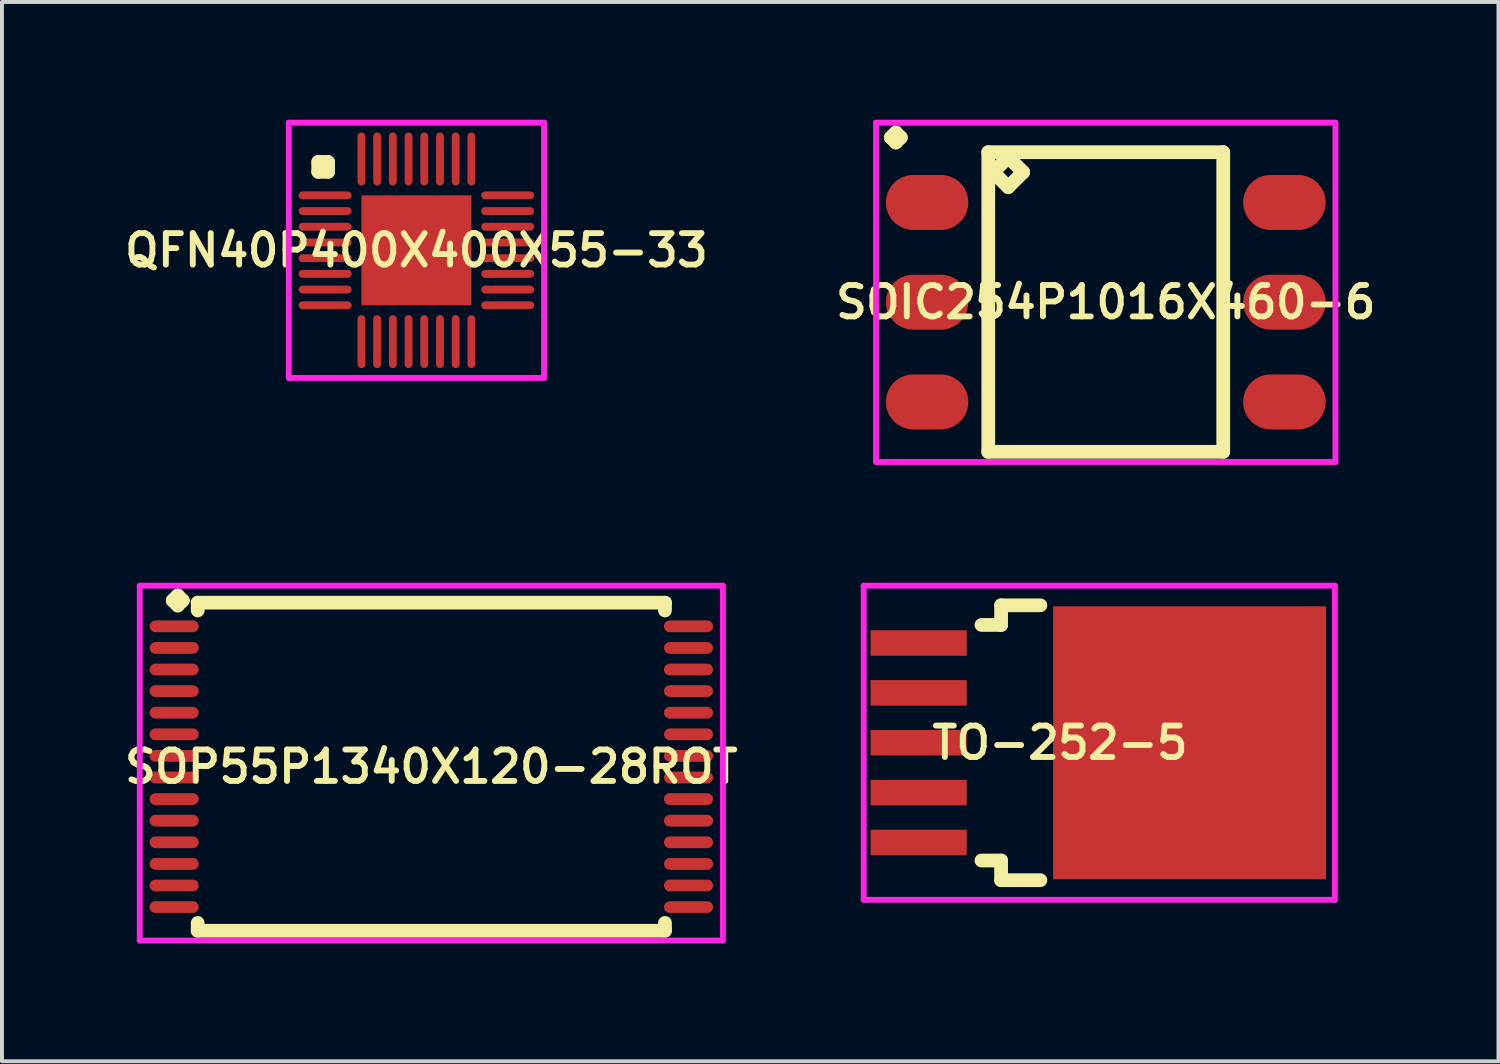
<source format=kicad_pcb>
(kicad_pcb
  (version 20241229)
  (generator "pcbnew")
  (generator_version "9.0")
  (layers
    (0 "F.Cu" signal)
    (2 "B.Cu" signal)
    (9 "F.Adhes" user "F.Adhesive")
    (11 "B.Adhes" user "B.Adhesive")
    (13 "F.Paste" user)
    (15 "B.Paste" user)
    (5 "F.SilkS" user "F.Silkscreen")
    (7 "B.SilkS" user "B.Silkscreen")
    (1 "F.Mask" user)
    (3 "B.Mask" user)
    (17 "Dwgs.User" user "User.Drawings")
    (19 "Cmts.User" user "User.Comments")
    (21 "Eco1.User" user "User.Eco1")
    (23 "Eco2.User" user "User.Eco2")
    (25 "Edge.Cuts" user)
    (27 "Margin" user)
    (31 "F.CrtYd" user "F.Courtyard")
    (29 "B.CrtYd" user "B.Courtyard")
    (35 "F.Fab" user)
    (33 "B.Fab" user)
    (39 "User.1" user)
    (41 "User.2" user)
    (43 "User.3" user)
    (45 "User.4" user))
  (footprint "SOP55P1340X120-28ROT"
    (layer "F.Cu")
    (at 7.935 16.476)
    (property "Reference" "SOP55P1340X120-28ROT" (at 0 0 0) (layer "F.SilkS") (effects (font (size 0.8 0.8) (thickness 0.15))))
    (attr smd)
    (fp_line (start -6.585 -4.233) (end -6.458 -4.36) (stroke (width 0.35) (type solid)) (layer "F.SilkS"))
    (fp_line (start -6.458 -4.36) (end -6.331 -4.233) (stroke (width 0.35) (type solid)) (layer "F.SilkS"))
    (fp_line (start -6.458 -4.106) (end -6.585 -4.233) (stroke (width 0.35) (type solid)) (layer "F.SilkS"))
    (fp_line (start -6.331 -4.233) (end -6.458 -4.106) (stroke (width 0.35) (type solid)) (layer "F.SilkS"))
    (fp_line (start -5.95 -4.177) (end 5.95 -4.177) (stroke (width 0.35) (type solid)) (layer "F.SilkS"))
    (fp_line (start -5.95 -3.979) (end -5.95 -4.177) (stroke (width 0.35) (type solid)) (layer "F.SilkS"))
    (fp_line (start -5.95 3.979) (end -5.95 4.177) (stroke (width 0.35) (type solid)) (layer "F.SilkS"))
    (fp_line (start -5.95 4.177) (end 5.95 4.177) (stroke (width 0.35) (type solid)) (layer "F.SilkS"))
    (fp_line (start 5.95 -4.177) (end 5.95 -3.979) (stroke (width 0.35) (type solid)) (layer "F.SilkS"))
    (fp_line (start 5.95 4.177) (end 5.95 3.979) (stroke (width 0.35) (type solid)) (layer "F.SilkS"))
    (fp_line (start -7.425 -4.61) (end 7.425 -4.61) (stroke (width 0.15) (type solid)) (layer "F.CrtYd"))
    (fp_line (start -7.425 4.427) (end -7.425 -4.61) (stroke (width 0.15) (type solid)) (layer "F.CrtYd"))
    (fp_line (start 7.425 -4.61) (end 7.425 4.427) (stroke (width 0.15) (type solid)) (layer "F.CrtYd"))
    (fp_line (start 7.425 4.427) (end -7.425 4.427) (stroke (width 0.15) (type solid)) (layer "F.CrtYd"))
    (pad "1" smd oval (at -6.55 0.275) (size 1.25 0.3) (layers "F.Cu" "F.Mask" "F.Paste"))
    (pad "2" smd oval (at -6.55 0.825) (size 1.25 0.3) (layers "F.Cu" "F.Mask" "F.Paste"))
    (pad "3" smd oval (at -6.55 1.375) (size 1.25 0.3) (layers "F.Cu" "F.Mask" "F.Paste"))
    (pad "4" smd oval (at -6.55 1.925) (size 1.25 0.3) (layers "F.Cu" "F.Mask" "F.Paste"))
    (pad "5" smd oval (at -6.55 2.475) (size 1.25 0.3) (layers "F.Cu" "F.Mask" "F.Paste"))
    (pad "6" smd oval (at -6.55 3.025) (size 1.25 0.3) (layers "F.Cu" "F.Mask" "F.Paste"))
    (pad "7" smd oval (at -6.55 3.575) (size 1.25 0.3) (layers "F.Cu" "F.Mask" "F.Paste"))
    (pad "8" smd oval (at 6.55 3.575) (size 1.25 0.3) (layers "F.Cu" "F.Mask" "F.Paste"))
    (pad "9" smd oval (at 6.55 3.025) (size 1.25 0.3) (layers "F.Cu" "F.Mask" "F.Paste"))
    (pad "10" smd oval (at 6.55 2.475) (size 1.25 0.3) (layers "F.Cu" "F.Mask" "F.Paste"))
    (pad "11" smd oval (at 6.55 1.925) (size 1.25 0.3) (layers "F.Cu" "F.Mask" "F.Paste"))
    (pad "12" smd oval (at 6.55 1.375) (size 1.25 0.3) (layers "F.Cu" "F.Mask" "F.Paste"))
    (pad "13" smd oval (at 6.55 0.825) (size 1.25 0.3) (layers "F.Cu" "F.Mask" "F.Paste"))
    (pad "14" smd oval (at 6.55 0.275) (size 1.25 0.3) (layers "F.Cu" "F.Mask" "F.Paste"))
    (pad "15" smd oval (at 6.55 -0.275) (size 1.25 0.3) (layers "F.Cu" "F.Mask" "F.Paste"))
    (pad "16" smd oval (at 6.55 -0.825) (size 1.25 0.3) (layers "F.Cu" "F.Mask" "F.Paste"))
    (pad "17" smd oval (at 6.55 -1.375) (size 1.25 0.3) (layers "F.Cu" "F.Mask" "F.Paste"))
    (pad "18" smd oval (at 6.55 -1.925) (size 1.25 0.3) (layers "F.Cu" "F.Mask" "F.Paste"))
    (pad "19" smd oval (at 6.55 -2.475) (size 1.25 0.3) (layers "F.Cu" "F.Mask" "F.Paste"))
    (pad "20" smd oval (at 6.55 -3.025) (size 1.25 0.3) (layers "F.Cu" "F.Mask" "F.Paste"))
    (pad "21" smd oval (at 6.55 -3.575) (size 1.25 0.3) (layers "F.Cu" "F.Mask" "F.Paste"))
    (pad "22" smd oval (at -6.55 -3.575) (size 1.25 0.3) (layers "F.Cu" "F.Mask" "F.Paste"))
    (pad "23" smd oval (at -6.55 -3.025) (size 1.25 0.3) (layers "F.Cu" "F.Mask" "F.Paste"))
    (pad "24" smd oval (at -6.55 -2.475) (size 1.25 0.3) (layers "F.Cu" "F.Mask" "F.Paste"))
    (pad "25" smd oval (at -6.55 -1.925) (size 1.25 0.3) (layers "F.Cu" "F.Mask" "F.Paste"))
    (pad "26" smd oval (at -6.55 -1.375) (size 1.25 0.3) (layers "F.Cu" "F.Mask" "F.Paste"))
    (pad "27" smd oval (at -6.55 -0.825) (size 1.25 0.3) (layers "F.Cu" "F.Mask" "F.Paste"))
    (pad "28" smd oval (at -6.55 -0.275) (size 1.25 0.3) (layers "F.Cu" "F.Mask" "F.Paste")))
  (footprint "TO-252-5"
    (layer "F.Cu")
    (at 23.946 15.866)
    (property "Reference" "TO-252-5" (at 0 0 0) (layer "F.SilkS") (effects (font (size 0.8 0.8) (thickness 0.15))))
    (attr smd)
    (fp_line (start -1.5 -3.5) (end -1.5 -3) (stroke (width 0.35) (type solid)) (layer "F.SilkS"))
    (fp_line (start -1.5 -3) (end -2 -3) (stroke (width 0.35) (type solid)) (layer "F.SilkS"))
    (fp_line (start -1.5 3) (end -2 3) (stroke (width 0.35) (type solid)) (layer "F.SilkS"))
    (fp_line (start -1.5 3.5) (end -1.5 3) (stroke (width 0.35) (type solid)) (layer "F.SilkS"))
    (fp_line (start -0.5 -3.5) (end -1.5 -3.5) (stroke (width 0.35) (type solid)) (layer "F.SilkS"))
    (fp_line (start -0.5 3.5) (end -1.5 3.5) (stroke (width 0.35) (type solid)) (layer "F.SilkS"))
    (fp_line (start -5 -4) (end 7 -4) (stroke (width 0.15) (type solid)) (layer "F.CrtYd"))
    (fp_line (start -5 4) (end -5 -4) (stroke (width 0.15) (type solid)) (layer "F.CrtYd"))
    (fp_line (start 7 -4) (end 7 4) (stroke (width 0.15) (type solid)) (layer "F.CrtYd"))
    (fp_line (start 7 4) (end -5 4) (stroke (width 0.15) (type solid)) (layer "F.CrtYd"))
    (pad "" smd rect (at 1.5 -2 180) (size 2.3 2.3) (layers "F.Paste"))
    (pad "" smd rect (at 1.5 2 180) (size 2.3 2.3) (layers "F.Paste"))
    (pad "" smd rect (at 4.5 -2 180) (size 2.3 2.3) (layers "F.Paste"))
    (pad "" smd rect (at 4.5 2 180) (size 2.3 2.3) (layers "F.Paste"))
    (pad "1" smd rect (at -3.6 -2.54 180) (size 2.45 0.65) (layers "F.Cu" "F.Mask" "F.Paste"))
    (pad "2" smd rect (at -3.6 -1.27 180) (size 2.45 0.65) (layers "F.Cu" "F.Mask" "F.Paste"))
    (pad "3" smd rect (at -3.6 0 180) (size 2.45 0.65) (layers "F.Cu" "F.Mask" "F.Paste"))
    (pad "4" smd rect (at -3.6 1.27 180) (size 2.45 0.65) (layers "F.Cu" "F.Mask" "F.Paste"))
    (pad "5" smd rect (at -3.6 2.54 180) (size 2.45 0.65) (layers "F.Cu" "F.Mask" "F.Paste"))
    (pad "6" smd rect (at 3.3 0 180) (size 6.95 6.95) (layers "F.Cu" "F.Mask")))
  (footprint "SOIC254P1016X460-6"
    (layer "F.Cu")
    (at 25.111 4.646)
    (property "Reference" "SOIC254P1016X460-6" (at 0 0 0) (layer "F.SilkS") (effects (font (size 0.8 0.8) (thickness 0.15))))
    (attr smd)
    (fp_line (start -5.473 -4.194) (end -5.346 -4.321) (stroke (width 0.35) (type solid)) (layer "F.SilkS"))
    (fp_line (start -5.346 -4.321) (end -5.219 -4.194) (stroke (width 0.35) (type solid)) (layer "F.SilkS"))
    (fp_line (start -5.346 -4.067) (end -5.473 -4.194) (stroke (width 0.35) (type solid)) (layer "F.SilkS"))
    (fp_line (start -5.219 -4.194) (end -5.346 -4.067) (stroke (width 0.35) (type solid)) (layer "F.SilkS"))
    (fp_line (start -2.992 -3.82) (end -2.992 3.81) (stroke (width 0.35) (type solid)) (layer "F.SilkS"))
    (fp_line (start -2.992 3.81) (end 2.992 3.81) (stroke (width 0.35) (type solid)) (layer "F.SilkS"))
    (fp_line (start -2.865 -3.312) (end -2.484 -3.693) (stroke (width 0.35) (type solid)) (layer "F.SilkS"))
    (fp_line (start -2.484 -3.693) (end -2.103 -3.312) (stroke (width 0.35) (type solid)) (layer "F.SilkS"))
    (fp_line (start -2.484 -2.931) (end -2.865 -3.312) (stroke (width 0.35) (type solid)) (layer "F.SilkS"))
    (fp_line (start -2.103 -3.312) (end -2.484 -2.931) (stroke (width 0.35) (type solid)) (layer "F.SilkS"))
    (fp_line (start 2.992 -3.82) (end -2.992 -3.82) (stroke (width 0.35) (type solid)) (layer "F.SilkS"))
    (fp_line (start 2.992 3.81) (end 2.992 -3.82) (stroke (width 0.35) (type solid)) (layer "F.SilkS"))
    (fp_line (start -5.85 -4.571) (end 5.85 -4.571) (stroke (width 0.15) (type solid)) (layer "F.CrtYd"))
    (fp_line (start -5.85 4.07) (end -5.85 -4.571) (stroke (width 0.15) (type solid)) (layer "F.CrtYd"))
    (fp_line (start 5.85 -4.571) (end 5.85 4.07) (stroke (width 0.15) (type solid)) (layer "F.CrtYd"))
    (fp_line (start 5.85 4.07) (end -5.85 4.07) (stroke (width 0.15) (type solid)) (layer "F.CrtYd"))
    (pad "1" smd oval (at -4.55 -2.54) (size 2.1 1.4) (layers "F.Cu" "F.Mask" "F.Paste"))
    (pad "2" smd oval (at -4.55 0) (size 2.1 1.4) (layers "F.Cu" "F.Mask" "F.Paste"))
    (pad "3" smd oval (at -4.55 2.54) (size 2.1 1.4) (layers "F.Cu" "F.Mask" "F.Paste"))
    (pad "4" smd oval (at 4.55 2.54) (size 2.1 1.4) (layers "F.Cu" "F.Mask" "F.Paste"))
    (pad "5" smd oval (at 4.55 0) (size 2.1 1.4) (layers "F.Cu" "F.Mask" "F.Paste"))
    (pad "6" smd oval (at 4.55 -2.54) (size 2.1 1.4) (layers "F.Cu" "F.Mask" "F.Paste")))
  (footprint "QFN40P400X400X55-33"
    (layer "F.Cu")
    (at 7.555 3.325)
    (property "Reference" "QFN40P400X400X55-33" (at 0 0 0) (layer "F.SilkS") (effects (font (size 0.8 0.8) (thickness 0.15))))
    (attr smd)
    (fp_line (start -2.5 -2.25) (end -2.5 -2) (stroke (width 0.35) (type solid)) (layer "F.SilkS"))
    (fp_line (start -2.5 -2) (end -2.25 -2) (stroke (width 0.35) (type solid)) (layer "F.SilkS"))
    (fp_line (start -2.25 -2.25) (end -2.5 -2.25) (stroke (width 0.35) (type solid)) (layer "F.SilkS"))
    (fp_line (start -2.25 -2) (end -2.25 -2.25) (stroke (width 0.35) (type solid)) (layer "F.SilkS"))
    (fp_line (start -3.25 -3.25) (end 3.25 -3.25) (stroke (width 0.15) (type solid)) (layer "F.CrtYd"))
    (fp_line (start -3.25 3.25) (end -3.25 -3.25) (stroke (width 0.15) (type solid)) (layer "F.CrtYd"))
    (fp_line (start 3.25 -3.25) (end 3.25 3.25) (stroke (width 0.15) (type solid)) (layer "F.CrtYd"))
    (fp_line (start 3.25 3.25) (end -3.25 3.25) (stroke (width 0.15) (type solid)) (layer "F.CrtYd"))
    (pad "1" smd oval (at -2.325 -1.4) (size 1.35 0.2) (layers "F.Cu" "F.Mask" "F.Paste"))
    (pad "2" smd oval (at -2.325 -1) (size 1.35 0.2) (layers "F.Cu" "F.Mask" "F.Paste"))
    (pad "3" smd oval (at -2.325 -0.6) (size 1.35 0.2) (layers "F.Cu" "F.Mask" "F.Paste"))
    (pad "4" smd oval (at -2.325 -0.2) (size 1.35 0.2) (layers "F.Cu" "F.Mask" "F.Paste"))
    (pad "5" smd oval (at -2.325 0.2) (size 1.35 0.2) (layers "F.Cu" "F.Mask" "F.Paste"))
    (pad "6" smd oval (at -2.325 0.6) (size 1.35 0.2) (layers "F.Cu" "F.Mask" "F.Paste"))
    (pad "7" smd oval (at -2.325 1) (size 1.35 0.2) (layers "F.Cu" "F.Mask" "F.Paste"))
    (pad "8" smd oval (at -2.325 1.4) (size 1.35 0.2) (layers "F.Cu" "F.Mask" "F.Paste"))
    (pad "9" smd oval (at -1.4 2.325) (size 0.2 1.35) (layers "F.Cu" "F.Mask" "F.Paste"))
    (pad "10" smd oval (at -1 2.325) (size 0.2 1.35) (layers "F.Cu" "F.Mask" "F.Paste"))
    (pad "11" smd oval (at -0.6 2.325) (size 0.2 1.35) (layers "F.Cu" "F.Mask" "F.Paste"))
    (pad "12" smd oval (at -0.2 2.325) (size 0.2 1.35) (layers "F.Cu" "F.Mask" "F.Paste"))
    (pad "13" smd oval (at 0.2 2.325) (size 0.2 1.35) (layers "F.Cu" "F.Mask" "F.Paste"))
    (pad "14" smd oval (at 0.6 2.325) (size 0.2 1.35) (layers "F.Cu" "F.Mask" "F.Paste"))
    (pad "15" smd oval (at 1 2.325) (size 0.2 1.35) (layers "F.Cu" "F.Mask" "F.Paste"))
    (pad "16" smd oval (at 1.4 2.325) (size 0.2 1.35) (layers "F.Cu" "F.Mask" "F.Paste"))
    (pad "17" smd oval (at 2.325 1.4) (size 1.35 0.2) (layers "F.Cu" "F.Mask" "F.Paste"))
    (pad "18" smd oval (at 2.325 1) (size 1.35 0.2) (layers "F.Cu" "F.Mask" "F.Paste"))
    (pad "19" smd oval (at 2.325 0.6) (size 1.35 0.2) (layers "F.Cu" "F.Mask" "F.Paste"))
    (pad "20" smd oval (at 2.325 0.2) (size 1.35 0.2) (layers "F.Cu" "F.Mask" "F.Paste"))
    (pad "21" smd oval (at 2.325 -0.2) (size 1.35 0.2) (layers "F.Cu" "F.Mask" "F.Paste"))
    (pad "22" smd oval (at 2.325 -0.6) (size 1.35 0.2) (layers "F.Cu" "F.Mask" "F.Paste"))
    (pad "23" smd oval (at 2.325 -1) (size 1.35 0.2) (layers "F.Cu" "F.Mask" "F.Paste"))
    (pad "24" smd oval (at 2.325 -1.4) (size 1.35 0.2) (layers "F.Cu" "F.Mask" "F.Paste"))
    (pad "25" smd oval (at 1.4 -2.325) (size 0.2 1.35) (layers "F.Cu" "F.Mask" "F.Paste"))
    (pad "26" smd oval (at 1 -2.325) (size 0.2 1.35) (layers "F.Cu" "F.Mask" "F.Paste"))
    (pad "27" smd oval (at 0.6 -2.325) (size 0.2 1.35) (layers "F.Cu" "F.Mask" "F.Paste"))
    (pad "28" smd oval (at 0.2 -2.325) (size 0.2 1.35) (layers "F.Cu" "F.Mask" "F.Paste"))
    (pad "29" smd oval (at -0.2 -2.325) (size 0.2 1.35) (layers "F.Cu" "F.Mask" "F.Paste"))
    (pad "30" smd oval (at -0.6 -2.325) (size 0.2 1.35) (layers "F.Cu" "F.Mask" "F.Paste"))
    (pad "31" smd oval (at -1 -2.325) (size 0.2 1.35) (layers "F.Cu" "F.Mask" "F.Paste"))
    (pad "32" smd oval (at -1.4 -2.325) (size 0.2 1.35) (layers "F.Cu" "F.Mask" "F.Paste"))
    (pad "33" smd rect (at 0 0) (size 2.8 2.8) (layers "F.Cu" "F.Mask" "F.Paste")))
  (gr_rect
    (start -3 -3)
    (end 35.113 23.978)
    (stroke (width 0.1) (type default))
    (fill no)
    (layer "Edge.Cuts")))
</source>
